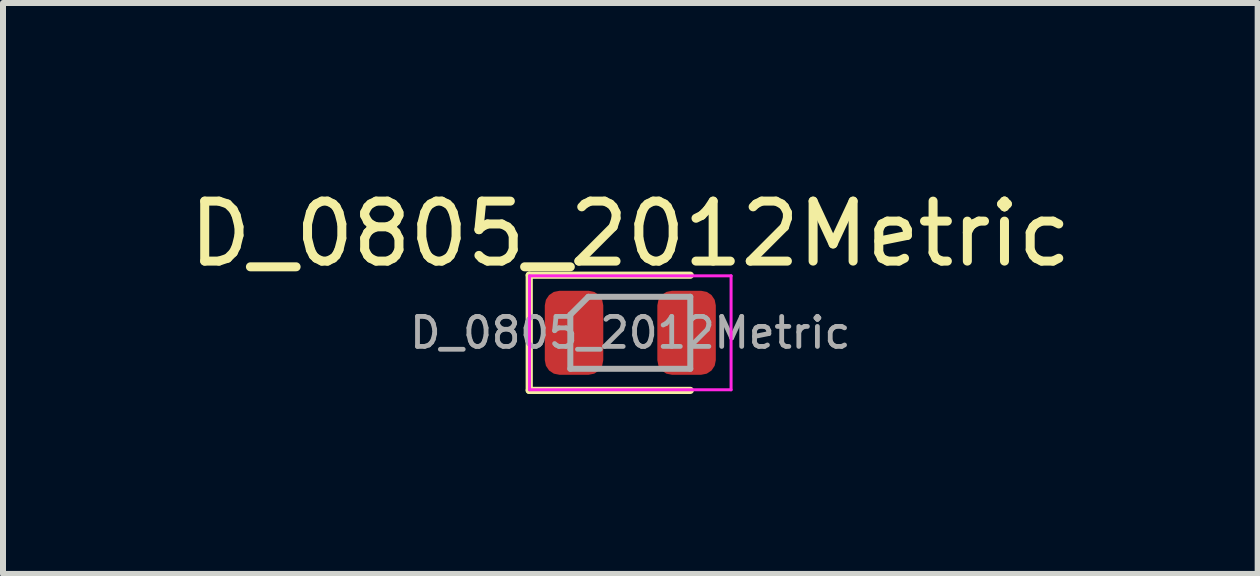
<source format=kicad_pcb>
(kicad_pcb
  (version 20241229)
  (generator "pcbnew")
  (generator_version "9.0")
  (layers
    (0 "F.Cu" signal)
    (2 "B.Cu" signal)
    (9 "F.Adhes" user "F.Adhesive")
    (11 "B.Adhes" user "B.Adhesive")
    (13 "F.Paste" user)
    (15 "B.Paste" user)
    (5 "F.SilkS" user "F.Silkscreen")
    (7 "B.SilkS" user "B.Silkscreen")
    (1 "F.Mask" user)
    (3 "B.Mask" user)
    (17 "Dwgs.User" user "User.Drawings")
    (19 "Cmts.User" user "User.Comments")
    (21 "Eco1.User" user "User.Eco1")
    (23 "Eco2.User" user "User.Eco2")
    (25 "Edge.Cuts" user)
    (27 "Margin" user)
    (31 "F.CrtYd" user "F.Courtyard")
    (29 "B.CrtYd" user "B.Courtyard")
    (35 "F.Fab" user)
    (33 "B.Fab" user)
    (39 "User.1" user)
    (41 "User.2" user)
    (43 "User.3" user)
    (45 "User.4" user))
  (footprint "D_0805_2012Metric"
    (layer "F.Cu")
    (at 7.458 2.498)
    (property "Reference" "D_0805_2012Metric" (at 0 -1.65 0) (layer "F.SilkS") (effects (font (size 1 1) (thickness 0.15))))
    (attr smd)
    (fp_line (start -1.685 -0.96) (end -1.685 0.96) (stroke (width 0.12) (type solid)) (layer "F.SilkS"))
    (fp_line (start -1.685 0.96) (end 1 0.96) (stroke (width 0.12) (type solid)) (layer "F.SilkS"))
    (fp_line (start 1 -0.96) (end -1.685 -0.96) (stroke (width 0.12) (type solid)) (layer "F.SilkS"))
    (fp_line (start -1.68 -0.95) (end 1.68 -0.95) (stroke (width 0.05) (type solid)) (layer "F.CrtYd"))
    (fp_line (start -1.68 0.95) (end -1.68 -0.95) (stroke (width 0.05) (type solid)) (layer "F.CrtYd"))
    (fp_line (start 1.68 -0.95) (end 1.68 0.95) (stroke (width 0.05) (type solid)) (layer "F.CrtYd"))
    (fp_line (start 1.68 0.95) (end -1.68 0.95) (stroke (width 0.05) (type solid)) (layer "F.CrtYd"))
    (fp_line (start -1 -0.3) (end -1 0.6) (stroke (width 0.1) (type solid)) (layer "F.Fab"))
    (fp_line (start -1 0.6) (end 1 0.6) (stroke (width 0.1) (type solid)) (layer "F.Fab"))
    (fp_line (start -0.7 -0.6) (end -1 -0.3) (stroke (width 0.1) (type solid)) (layer "F.Fab"))
    (fp_line (start 1 -0.6) (end -0.7 -0.6) (stroke (width 0.1) (type solid)) (layer "F.Fab"))
    (fp_line (start 1 0.6) (end 1 -0.6) (stroke (width 0.1) (type solid)) (layer "F.Fab"))
    (fp_text user "${REFERENCE}" (at 0 0 0) (layer "F.Fab") (effects (font (size 0.5 0.5) (thickness 0.08))))
    (pad "1" smd roundrect (at -0.938 0) (size 0.975 1.4) (layers "F.Cu" "F.Mask" "F.Paste") (roundrect_rratio 0.25))
    (pad "2" smd roundrect (at 0.938 0) (size 0.975 1.4) (layers "F.Cu" "F.Mask" "F.Paste") (roundrect_rratio 0.25)))
  (gr_rect
    (start -3 -3)
    (end 17.917 6.518)
    (stroke (width 0.1) (type default))
    (fill no)
    (layer "Edge.Cuts")))
</source>
